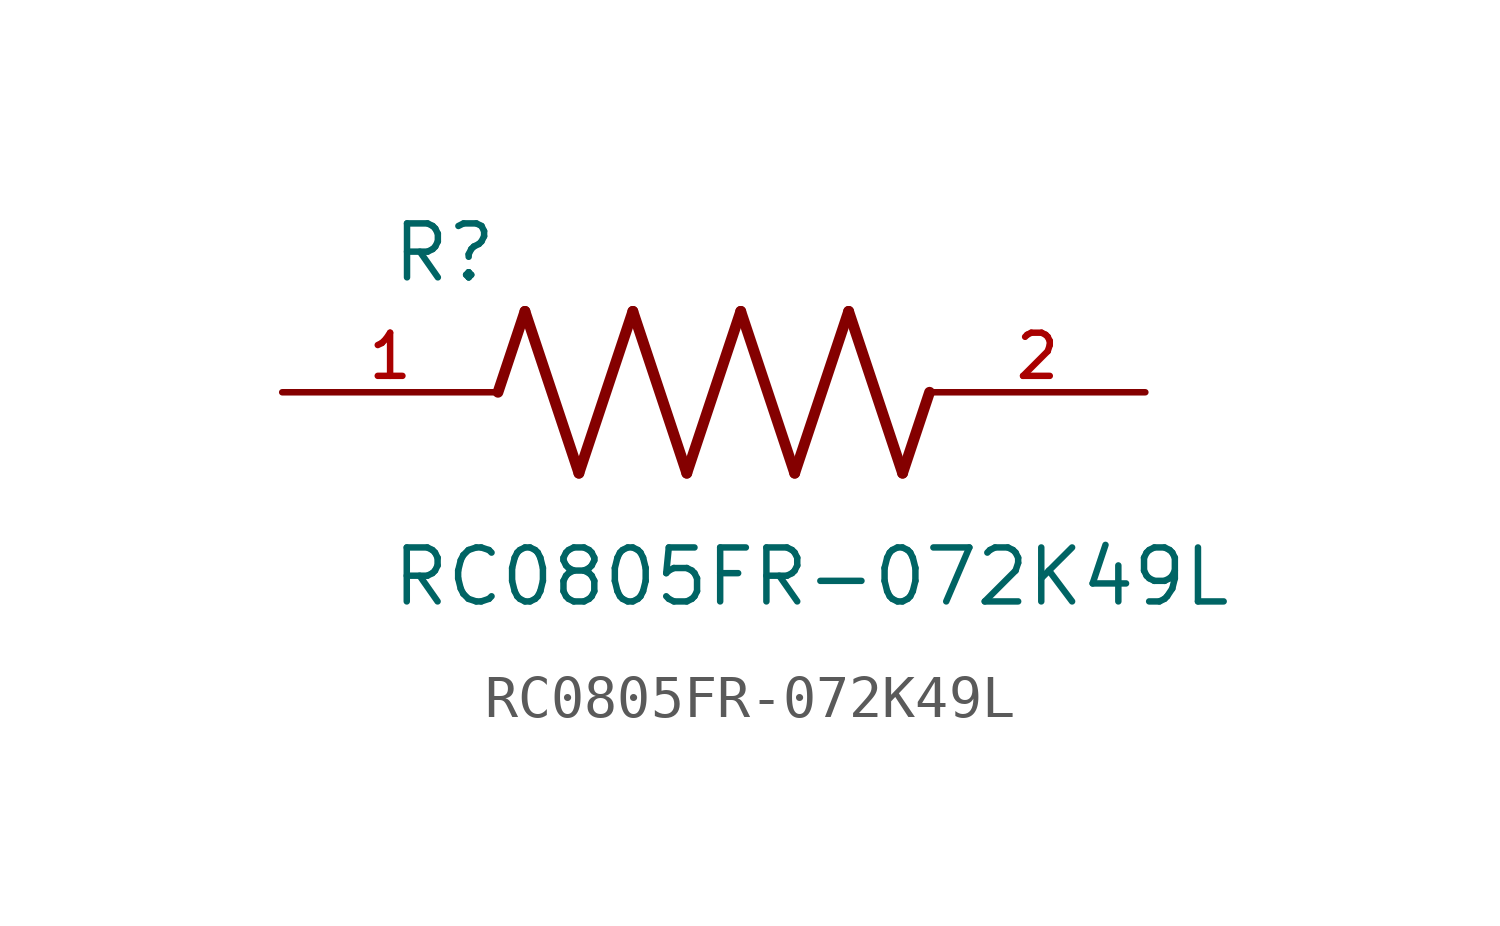
<source format=kicad_sym>
(kicad_symbol_lib
  (version 20241209)
  (generator "kicad_symbol_editor")
  (generator_version "9.0")
  (symbol "RC0805FR-072K49L"
    (pin_names
      (offset 1.016))
    (property "Reference" "R"
      (at -7.624 2.542 0)
      (effects (font (size 1.27 1.27)) (justify left bottom)))
    (property "Value" "RC0805FR-072K49L"
      (at -7.63 -5.087 0)
      (effects (font (size 1.27 1.27)) (justify left bottom)))
    (symbol "RC0805FR-072K49L_0_0"
      (polyline (pts (xy -5.08 0) (xy -4.445 1.905)) (stroke (width 0.254) (type default)) (fill (type none)))
      (polyline (pts (xy -4.445 1.905) (xy -3.175 -1.905)) (stroke (width 0.254) (type default)) (fill (type none)))
      (polyline (pts (xy -3.175 -1.905) (xy -1.905 1.905)) (stroke (width 0.254) (type default)) (fill (type none)))
      (polyline (pts (xy -1.905 1.905) (xy -0.635 -1.905)) (stroke (width 0.254) (type default)) (fill (type none)))
      (polyline (pts (xy -0.635 -1.905) (xy 0.635 1.905)) (stroke (width 0.254) (type default)) (fill (type none)))
      (polyline (pts (xy 0.635 1.905) (xy 1.905 -1.905)) (stroke (width 0.254) (type default)) (fill (type none)))
      (polyline (pts (xy 1.905 -1.905) (xy 3.175 1.905)) (stroke (width 0.254) (type default)) (fill (type none)))
      (polyline (pts (xy 3.175 1.905) (xy 4.445 -1.905)) (stroke (width 0.254) (type default)) (fill (type none)))
      (polyline (pts (xy 4.445 -1.905) (xy 5.08 0)) (stroke (width 0.254) (type default)) (fill (type none)))
      (pin passive line (at -10.16 0 0) (length 5.08) (name "~" (effects (font (size 1.016 1.016)))) (number "1" (effects (font (size 1.016 1.016)))))
      (pin passive line (at 10.16 0 180) (length 5.08) (name "~" (effects (font (size 1.016 1.016)))) (number "2" (effects (font (size 1.016 1.016))))))))
</source>
